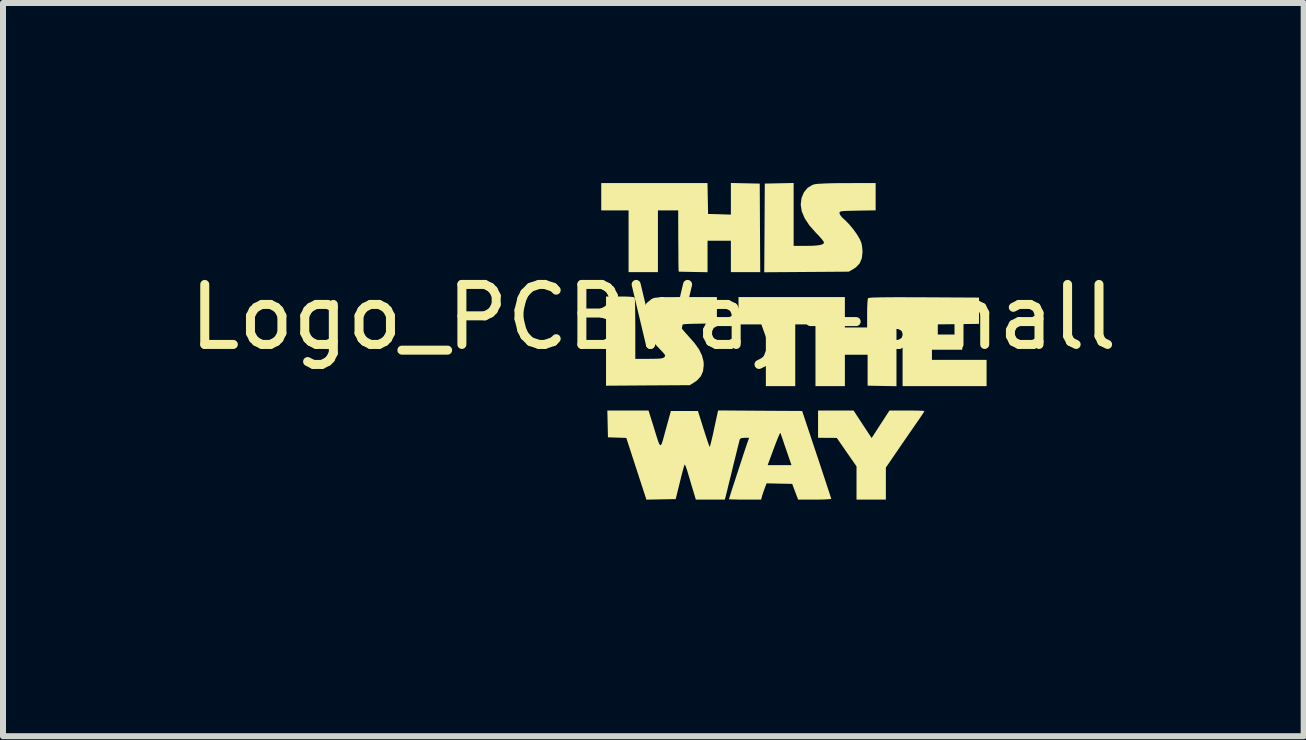
<source format=kicad_pcb>
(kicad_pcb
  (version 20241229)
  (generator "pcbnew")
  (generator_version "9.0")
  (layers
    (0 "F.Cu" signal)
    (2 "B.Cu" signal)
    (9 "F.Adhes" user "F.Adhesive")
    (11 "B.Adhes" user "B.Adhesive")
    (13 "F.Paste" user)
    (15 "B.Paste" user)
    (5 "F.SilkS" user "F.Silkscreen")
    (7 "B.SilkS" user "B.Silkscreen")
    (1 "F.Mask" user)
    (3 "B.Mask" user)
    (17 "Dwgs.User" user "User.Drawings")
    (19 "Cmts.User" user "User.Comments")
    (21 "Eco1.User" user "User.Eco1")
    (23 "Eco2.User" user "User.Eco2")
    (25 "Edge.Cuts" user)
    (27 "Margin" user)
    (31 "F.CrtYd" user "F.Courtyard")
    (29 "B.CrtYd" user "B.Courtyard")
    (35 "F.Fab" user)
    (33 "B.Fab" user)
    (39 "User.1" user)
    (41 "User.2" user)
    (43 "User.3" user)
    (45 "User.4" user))
  (footprint "Logo_PCBWay-small"
    (layer "F.Cu")
    (at 7.839 2.736)
    (property "Reference" "Logo_PCBWay-small" (at 0 -0.5 0) (unlocked yes) (layer "F.SilkS") (effects (font (size 1 1) (thickness 0.15))))
    (attr smd)
    (fp_poly (pts (xy -4.567 0.957) (xy -4.472 0.958) (xy -4.39 0.958) (xy -4.318 0.959) (xy -4.256 0.96) (xy -4.204 0.962) (xy -4.159 0.964) (xy -4.121 0.967) (xy -4.088 0.97) (xy -4.06 0.974) (xy -4.036 0.979) (xy -4.014 0.985) (xy -3.996 0.991) (xy -3.929 1.02) (xy -3.869 1.06) (xy -3.816 1.11) (xy -3.771 1.169) (xy -3.735 1.235) (xy -3.713 1.298) (xy -3.707 1.321) (xy -3.703 1.343) (xy -3.701 1.369) (xy -3.699 1.399) (xy -3.699 1.439) (xy -3.699 1.46) (xy -3.699 1.503) (xy -3.7 1.536) (xy -3.701 1.561) (xy -3.704 1.583) (xy -3.709 1.603) (xy -3.715 1.624) (xy -3.743 1.695) (xy -3.782 1.76) (xy -3.829 1.818) (xy -3.885 1.867) (xy -3.947 1.905) (xy -3.947 1.906) (xy -3.977 1.919) (xy -4.005 1.931) (xy -4.036 1.94) (xy -4.068 1.948) (xy -4.105 1.955) (xy -4.148 1.96) (xy -4.198 1.964) (xy -4.257 1.967) (xy -4.326 1.97) (xy -4.407 1.972) (xy -4.412 1.972) (xy -4.607 1.976) (xy -4.607 2.278) (xy -4.607 2.581) (xy -4.774 2.581) (xy -4.941 2.581) (xy -4.939 1.769) (xy -4.938 1.234) (xy -4.607 1.234) (xy -4.607 1.465) (xy -4.607 1.696) (xy -4.442 1.692) (xy -4.394 1.69) (xy -4.348 1.688) (xy -4.305 1.686) (xy -4.27 1.684) (xy -4.244 1.682) (xy -4.234 1.68) (xy -4.177 1.665) (xy -4.129 1.641) (xy -4.09 1.608) (xy -4.06 1.565) (xy -4.055 1.554) (xy -4.046 1.532) (xy -4.04 1.51) (xy -4.038 1.484) (xy -4.038 1.46) (xy -4.038 1.43) (xy -4.041 1.407) (xy -4.046 1.387) (xy -4.056 1.366) (xy -4.085 1.322) (xy -4.124 1.286) (xy -4.164 1.263) (xy -4.188 1.254) (xy -4.218 1.247) (xy -4.256 1.242) (xy -4.302 1.238) (xy -4.359 1.235) (xy -4.427 1.234) (xy -4.469 1.234) (xy -4.607 1.234) (xy -4.938 1.234) (xy -4.937 0.957)) (stroke (width 0) (type solid)) (fill yes) (layer "F.Mask"))
    (fp_poly (pts (xy -2.72 0.977) (xy -2.62 0.994) (xy -2.523 1.023) (xy -2.456 1.051) (xy -2.412 1.073) (xy -2.364 1.102) (xy -2.317 1.134) (xy -2.271 1.168) (xy -2.231 1.202) (xy -2.199 1.233) (xy -2.185 1.25) (xy -2.166 1.274) (xy -2.235 1.339) (xy -2.263 1.366) (xy -2.291 1.392) (xy -2.315 1.414) (xy -2.333 1.431) (xy -2.335 1.433) (xy -2.367 1.461) (xy -2.415 1.419) (xy -2.456 1.385) (xy -2.492 1.358) (xy -2.527 1.336) (xy -2.566 1.315) (xy -2.582 1.307) (xy -2.64 1.282) (xy -2.695 1.265) (xy -2.751 1.256) (xy -2.815 1.252) (xy -2.827 1.252) (xy -2.885 1.253) (xy -2.934 1.259) (xy -2.979 1.269) (xy -3.024 1.285) (xy -3.067 1.305) (xy -3.098 1.321) (xy -3.123 1.336) (xy -3.146 1.354) (xy -3.172 1.378) (xy -3.191 1.397) (xy -3.235 1.445) (xy -3.27 1.492) (xy -3.296 1.54) (xy -3.318 1.594) (xy -3.319 1.597) (xy -3.326 1.619) (xy -3.331 1.639) (xy -3.334 1.659) (xy -3.336 1.683) (xy -3.337 1.714) (xy -3.337 1.754) (xy -3.336 1.807) (xy -3.333 1.85) (xy -3.328 1.887) (xy -3.319 1.921) (xy -3.306 1.957) (xy -3.288 1.997) (xy -3.286 2.001) (xy -3.271 2.029) (xy -3.255 2.053) (xy -3.236 2.078) (xy -3.21 2.106) (xy -3.198 2.118) (xy -3.148 2.162) (xy -3.097 2.197) (xy -3.04 2.225) (xy -2.975 2.247) (xy -2.971 2.248) (xy -2.931 2.257) (xy -2.882 2.262) (xy -2.83 2.264) (xy -2.777 2.263) (xy -2.729 2.259) (xy -2.69 2.252) (xy -2.688 2.251) (xy -2.608 2.224) (xy -2.533 2.185) (xy -2.46 2.134) (xy -2.413 2.094) (xy -2.369 2.054) (xy -2.285 2.139) (xy -2.257 2.168) (xy -2.232 2.194) (xy -2.21 2.217) (xy -2.195 2.234) (xy -2.188 2.242) (xy -2.174 2.26) (xy -2.225 2.305) (xy -2.305 2.372) (xy -2.384 2.427) (xy -2.465 2.47) (xy -2.547 2.503) (xy -2.635 2.525) (xy -2.728 2.539) (xy -2.8 2.543) (xy -2.835 2.544) (xy -2.869 2.544) (xy -2.897 2.544) (xy -2.914 2.543) (xy -3.021 2.527) (xy -3.12 2.499) (xy -3.213 2.46) (xy -3.3 2.41) (xy -3.379 2.348) (xy -3.408 2.32) (xy -3.473 2.248) (xy -3.526 2.17) (xy -3.568 2.085) (xy -3.6 1.993) (xy -3.621 1.893) (xy -3.628 1.832) (xy -3.632 1.726) (xy -3.623 1.625) (xy -3.602 1.528) (xy -3.569 1.436) (xy -3.525 1.35) (xy -3.47 1.271) (xy -3.405 1.199) (xy -3.329 1.135) (xy -3.243 1.079) (xy -3.207 1.06) (xy -3.122 1.022) (xy -3.038 0.996) (xy -2.952 0.979) (xy -2.859 0.971) (xy -2.824 0.971)) (stroke (width 0) (type solid)) (fill yes) (layer "F.Mask"))
    (fp_poly (pts (xy -1.756 0.934) (xy -1.655 0.934) (xy -1.567 0.934) (xy -1.49 0.935) (xy -1.424 0.937) (xy -1.366 0.939) (xy -1.315 0.942) (xy -1.272 0.946) (xy -1.234 0.951) (xy -1.201 0.957) (xy -1.171 0.964) (xy -1.143 0.972) (xy -1.117 0.982) (xy -1.091 0.993) (xy -1.082 0.997) (xy -1.022 1.032) (xy -0.973 1.073) (xy -0.935 1.122) (xy -0.907 1.178) (xy -0.891 1.242) (xy -0.885 1.314) (xy -0.885 1.32) (xy -0.891 1.394) (xy -0.908 1.462) (xy -0.936 1.523) (xy -0.975 1.577) (xy -1.024 1.623) (xy -1.064 1.65) (xy -1.084 1.662) (xy -1.099 1.672) (xy -1.106 1.677) (xy -1.106 1.677) (xy -1.099 1.68) (xy -1.083 1.686) (xy -1.06 1.694) (xy -1.051 1.697) (xy -0.992 1.72) (xy -0.942 1.748) (xy -0.897 1.783) (xy -0.891 1.788) (xy -0.866 1.813) (xy -0.846 1.837) (xy -0.831 1.862) (xy -0.819 1.891) (xy -0.811 1.925) (xy -0.805 1.967) (xy -0.802 2.017) (xy -0.8 2.078) (xy -0.8 2.104) (xy -0.8 2.152) (xy -0.8 2.189) (xy -0.801 2.216) (xy -0.802 2.237) (xy -0.805 2.253) (xy -0.808 2.266) (xy -0.812 2.278) (xy -0.842 2.336) (xy -0.883 2.391) (xy -0.934 2.441) (xy -0.993 2.485) (xy -1.06 2.521) (xy -1.106 2.541) (xy -1.129 2.549) (xy -1.149 2.556) (xy -1.169 2.562) (xy -1.19 2.567) (xy -1.212 2.571) (xy -1.237 2.574) (xy -1.267 2.577) (xy -1.301 2.579) (xy -1.342 2.581) (xy -1.39 2.582) (xy -1.447 2.583) (xy -1.514 2.584) (xy -1.592 2.585) (xy -1.682 2.585) (xy -1.682 2.585) (xy -2.094 2.588) (xy -2.094 1.873) (xy -1.681 1.873) (xy -1.681 2.077) (xy -1.681 2.281) (xy -1.552 2.28) (xy -1.489 2.28) (xy -1.438 2.278) (xy -1.399 2.274) (xy -1.38 2.271) (xy -1.324 2.254) (xy -1.279 2.23) (xy -1.245 2.199) (xy -1.221 2.159) (xy -1.21 2.13) (xy -1.203 2.088) (xy -1.203 2.047) (xy -1.212 1.999) (xy -1.229 1.961) (xy -1.256 1.929) (xy -1.294 1.904) (xy -1.31 1.896) (xy -1.351 1.877) (xy -1.516 1.875) (xy -1.681 1.873) (xy -2.094 1.873) (xy -2.094 1.761) (xy -2.094 1.239) (xy -1.681 1.239) (xy -1.681 1.413) (xy -1.681 1.587) (xy -1.592 1.587) (xy -1.555 1.586) (xy -1.517 1.585) (xy -1.485 1.583) (xy -1.461 1.58) (xy -1.409 1.567) (xy -1.368 1.545) (xy -1.338 1.516) (xy -1.318 1.478) (xy -1.309 1.432) (xy -1.309 1.394) (xy -1.316 1.353) (xy -1.329 1.317) (xy -1.347 1.29) (xy -1.352 1.286) (xy -1.365 1.276) (xy -1.385 1.265) (xy -1.398 1.259) (xy -1.411 1.254) (xy -1.424 1.25) (xy -1.441 1.247) (xy -1.462 1.245) (xy -1.491 1.243) (xy -1.529 1.242) (xy -1.556 1.242) (xy -1.681 1.239) (xy -2.094 1.239) (xy -2.094 0.934)) (stroke (width 0) (type solid)) (fill yes) (layer "F.Mask"))
    (fp_poly (pts (xy 0.602 2.694) (xy 0.854 2.697) (xy 1.106 2.702) (xy 1.355 2.709) (xy 1.599 2.719) (xy 1.829 2.731) (xy 1.907 2.736) (xy 1.991 2.741) (xy 2.081 2.748) (xy 2.175 2.755) (xy 2.272 2.762) (xy 2.37 2.77) (xy 2.469 2.778) (xy 2.568 2.786) (xy 2.665 2.795) (xy 2.758 2.803) (xy 2.847 2.811) (xy 2.931 2.819) (xy 3.008 2.827) (xy 3.077 2.834) (xy 3.137 2.841) (xy 3.186 2.847) (xy 3.224 2.852) (xy 3.236 2.854) (xy 3.255 2.856) (xy 3.285 2.86) (xy 3.322 2.864) (xy 3.364 2.869) (xy 3.408 2.874) (xy 3.413 2.874) (xy 3.458 2.879) (xy 3.504 2.883) (xy 3.545 2.888) (xy 3.58 2.891) (xy 3.605 2.894) (xy 3.606 2.894) (xy 3.629 2.897) (xy 3.662 2.901) (xy 3.703 2.906) (xy 3.75 2.912) (xy 3.799 2.918) (xy 3.829 2.922) (xy 3.875 2.927) (xy 3.916 2.932) (xy 3.95 2.937) (xy 3.977 2.94) (xy 3.993 2.943) (xy 3.998 2.944) (xy 3.994 2.948) (xy 3.981 2.957) (xy 3.968 2.966) (xy 3.936 2.986) (xy 3.743 2.97) (xy 3.682 2.965) (xy 3.616 2.96) (xy 3.549 2.954) (xy 3.484 2.949) (xy 3.426 2.944) (xy 3.393 2.941) (xy 3.34 2.936) (xy 3.284 2.931) (xy 3.229 2.926) (xy 3.178 2.922) (xy 3.136 2.918) (xy 3.129 2.918) (xy 2.977 2.904) (xy 2.838 2.892) (xy 2.71 2.881) (xy 2.592 2.87) (xy 2.483 2.861) (xy 2.383 2.853) (xy 2.29 2.846) (xy 2.204 2.839) (xy 2.123 2.833) (xy 2.047 2.828) (xy 1.973 2.824) (xy 1.903 2.82) (xy 1.834 2.816) (xy 1.765 2.813) (xy 1.696 2.81) (xy 1.626 2.807) (xy 1.553 2.805) (xy 1.477 2.803) (xy 1.396 2.801) (xy 1.371 2.8) (xy 1.27 2.798) (xy 1.178 2.796) (xy 1.089 2.796) (xy 1.002 2.796) (xy 0.911 2.796) (xy 0.814 2.798) (xy 0.735 2.8) (xy 0.361 2.811) (xy -0.008 2.826) (xy -0.376 2.846) (xy -0.742 2.87) (xy -1.108 2.899) (xy -1.475 2.933) (xy -1.845 2.972) (xy -2.218 3.016) (xy -2.597 3.065) (xy -2.982 3.119) (xy -3.374 3.179) (xy -3.775 3.244) (xy -4.186 3.315) (xy -4.421 3.358) (xy -4.48 3.369) (xy -4.545 3.38) (xy -4.612 3.393) (xy -4.681 3.406) (xy -4.749 3.419) (xy -4.816 3.431) (xy -4.88 3.443) (xy -4.938 3.454) (xy -4.99 3.464) (xy -5.035 3.473) (xy -5.069 3.479) (xy -5.092 3.484) (xy -5.096 3.485) (xy -5.11 3.485) (xy -5.114 3.482) (xy -5.113 3.473) (xy -5.109 3.454) (xy -5.104 3.428) (xy -5.098 3.397) (xy -5.091 3.363) (xy -5.084 3.33) (xy -5.077 3.299) (xy -5.071 3.274) (xy -5.067 3.257) (xy -5.065 3.25) (xy -5.058 3.248) (xy -5.04 3.244) (xy -5.011 3.239) (xy -4.973 3.232) (xy -4.928 3.223) (xy -4.876 3.214) (xy -4.82 3.203) (xy -4.761 3.193) (xy -4.7 3.182) (xy -4.638 3.171) (xy -4.578 3.16) (xy -4.52 3.15) (xy -4.466 3.14) (xy -4.417 3.132) (xy -4.394 3.128) (xy -3.939 3.055) (xy -3.474 2.987) (xy -3.001 2.926) (xy -2.523 2.871) (xy -2.041 2.822) (xy -1.559 2.78) (xy -1.077 2.745) (xy -0.598 2.718) (xy -0.594 2.717) (xy -0.372 2.708) (xy -0.139 2.701) (xy 0.103 2.696) (xy 0.35 2.694)) (stroke (width 0) (type solid)) (fill yes) (layer "F.Mask"))
    (fp_poly (pts (xy 3.488 1.286) (xy 3.639 1.515) (xy 3.787 1.286) (xy 3.936 1.057) (xy 4.227 1.056) (xy 4.322 1.057) (xy 4.403 1.058) (xy 4.467 1.06) (xy 4.507 1.063) (xy 4.518 1.066) (xy 4.509 1.084) (xy 4.484 1.122) (xy 4.449 1.175) (xy 4.428 1.205) (xy 4.35 1.317) (xy 4.255 1.455) (xy 4.14 1.622) (xy 4.007 1.816) (xy 3.991 1.84) (xy 3.876 2.007) (xy 3.876 2.274) (xy 3.876 2.541) (xy 3.632 2.541) (xy 3.387 2.541) (xy 3.387 2.264) (xy 3.387 1.987) (xy 3.222 1.75) (xy 3.058 1.513) (xy 2.902 1.512) (xy 2.746 1.511) (xy 2.746 1.284) (xy 2.746 1.056) (xy 3.042 1.056) (xy 3.338 1.056)) (stroke (width 0) (type solid)) (fill yes) (layer "F.SilkS"))
    (fp_poly (pts (xy 1.533 -2.731) (xy 1.774 -2.726) (xy 1.778 -1.988) (xy 1.782 -1.25) (xy 1.537 -1.25) (xy 1.293 -1.25) (xy 1.293 -1.511) (xy 1.293 -1.773) (xy 1.098 -1.773) (xy 0.904 -1.773) (xy 0.904 -1.511) (xy 0.904 -1.249) (xy 0.664 -1.253) (xy 0.423 -1.258) (xy 0.421 -1.309) (xy 0.42 -1.339) (xy 0.419 -1.397) (xy 0.418 -1.48) (xy 0.418 -1.581) (xy 0.417 -1.696) (xy 0.416 -1.819) (xy 0.415 -2.279) (xy 0.246 -2.279) (xy 0.077 -2.279) (xy 0.077 -1.764) (xy 0.077 -1.25) (xy -0.167 -1.25) (xy -0.412 -1.25) (xy -0.412 -1.764) (xy -0.412 -2.279) (xy -0.64 -2.279) (xy -0.868 -2.279) (xy -0.868 -2.507) (xy -0.868 -2.735) (xy 0.018 -2.735) (xy 0.903 -2.735) (xy 0.908 -2.477) (xy 0.913 -2.22) (xy 1.103 -2.215) (xy 1.293 -2.209) (xy 1.293 -2.473) (xy 1.293 -2.736)) (stroke (width 0) (type solid)) (fill yes) (layer "F.SilkS"))
    (fp_poly (pts (xy 2.339 -2.212) (xy 2.339 -1.688) (xy 2.549 -1.688) (xy 2.664 -1.69) (xy 2.748 -1.697) (xy 2.804 -1.708) (xy 2.836 -1.724) (xy 2.845 -1.746) (xy 2.834 -1.767) (xy 2.803 -1.806) (xy 2.758 -1.857) (xy 2.713 -1.903) (xy 2.603 -2.027) (xy 2.523 -2.148) (xy 2.474 -2.264) (xy 2.457 -2.375) (xy 2.457 -2.378) (xy 2.471 -2.487) (xy 2.51 -2.58) (xy 2.571 -2.654) (xy 2.65 -2.703) (xy 2.693 -2.716) (xy 2.731 -2.721) (xy 2.797 -2.725) (xy 2.886 -2.729) (xy 2.994 -2.732) (xy 3.115 -2.734) (xy 3.238 -2.734) (xy 3.706 -2.735) (xy 3.706 -2.507) (xy 3.706 -2.28) (xy 3.406 -2.275) (xy 3.299 -2.273) (xy 3.221 -2.271) (xy 3.167 -2.268) (xy 3.133 -2.264) (xy 3.114 -2.257) (xy 3.105 -2.248) (xy 3.102 -2.237) (xy 3.111 -2.207) (xy 3.145 -2.164) (xy 3.198 -2.115) (xy 3.265 -2.047) (xy 3.333 -1.965) (xy 3.395 -1.879) (xy 3.443 -1.797) (xy 3.467 -1.741) (xy 3.478 -1.691) (xy 3.485 -1.625) (xy 3.487 -1.584) (xy 3.475 -1.48) (xy 3.44 -1.397) (xy 3.378 -1.331) (xy 3.339 -1.305) (xy 3.259 -1.258) (xy 2.554 -1.253) (xy 1.849 -1.248) (xy 1.854 -1.987) (xy 1.858 -2.726) (xy 2.098 -2.731) (xy 2.339 -2.736)) (stroke (width 0) (type solid)) (fill yes) (layer "F.SilkS"))
    (fp_poly (pts (xy 3.193 -0.582) (xy 3.193 -0.328) (xy 3.378 -0.328) (xy 3.564 -0.328) (xy 3.564 -0.561) (xy 3.565 -0.647) (xy 3.568 -0.722) (xy 3.572 -0.779) (xy 3.576 -0.81) (xy 3.578 -0.814) (xy 3.588 -0.819) (xy 3.611 -0.823) (xy 3.652 -0.826) (xy 3.711 -0.828) (xy 3.791 -0.83) (xy 3.895 -0.831) (xy 4.024 -0.832) (xy 4.18 -0.832) (xy 4.367 -0.831) (xy 4.51 -0.831) (xy 5.429 -0.826) (xy 5.429 -0.607) (xy 5.429 -0.388) (xy 5.036 -0.383) (xy 4.644 -0.378) (xy 4.644 -0.294) (xy 4.644 -0.21) (xy 4.897 -0.21) (xy 5.15 -0.21) (xy 5.15 -0.084) (xy 5.15 0.043) (xy 4.897 0.043) (xy 4.644 0.043) (xy 4.644 0.127) (xy 4.644 0.212) (xy 5.1 0.212) (xy 5.555 0.212) (xy 5.555 0.431) (xy 5.555 0.65) (xy 4.855 0.65) (xy 4.155 0.65) (xy 4.155 0.136) (xy 4.155 -0.379) (xy 4.104 -0.379) (xy 4.053 -0.379) (xy 4.053 0.136) (xy 4.053 0.651) (xy 3.813 0.647) (xy 3.572 0.642) (xy 3.572 0.385) (xy 3.572 0.127) (xy 3.382 0.127) (xy 3.193 0.127) (xy 3.193 0.389) (xy 3.193 0.65) (xy 2.948 0.65) (xy 2.703 0.65) (xy 2.703 0.136) (xy 2.703 -0.379) (xy 2.534 -0.379) (xy 2.366 -0.379) (xy 2.366 0.136) (xy 2.366 0.65) (xy 2.121 0.65) (xy 1.876 0.65) (xy 1.876 0.136) (xy 1.876 -0.379) (xy 1.648 -0.379) (xy 1.42 -0.379) (xy 1.42 -0.607) (xy 1.42 -0.835) (xy 2.306 -0.835) (xy 3.193 -0.835)) (stroke (width 0) (type solid)) (fill yes) (layer "F.SilkS"))
    (fp_poly (pts (xy -0.456 -0.843) (xy -0.388 -0.84) (xy -0.344 -0.836) (xy -0.32 -0.829) (xy -0.31 -0.819) (xy -0.307 -0.796) (xy -0.305 -0.745) (xy -0.303 -0.668) (xy -0.302 -0.571) (xy -0.301 -0.458) (xy -0.3 -0.333) (xy -0.3 -0.3) (xy -0.3 0.195) (xy -0.072 0.195) (xy 0.023 0.194) (xy 0.091 0.192) (xy 0.136 0.187) (xy 0.164 0.18) (xy 0.182 0.168) (xy 0.184 0.166) (xy 0.196 0.152) (xy 0.196 0.136) (xy 0.183 0.114) (xy 0.153 0.079) (xy 0.103 0.027) (xy 0.091 0.014) (xy -0.005 -0.087) (xy -0.076 -0.176) (xy -0.129 -0.258) (xy -0.166 -0.34) (xy -0.193 -0.45) (xy -0.191 -0.557) (xy -0.162 -0.655) (xy -0.108 -0.738) (xy -0.029 -0.802) (xy -0.022 -0.806) (xy -0.004 -0.814) (xy 0.02 -0.821) (xy 0.054 -0.826) (xy 0.1 -0.829) (xy 0.164 -0.832) (xy 0.249 -0.834) (xy 0.359 -0.834) (xy 0.497 -0.835) (xy 0.545 -0.835) (xy 1.06 -0.835) (xy 1.06 -0.615) (xy 1.06 -0.396) (xy 0.76 -0.391) (xy 0.649 -0.389) (xy 0.568 -0.386) (xy 0.512 -0.382) (xy 0.476 -0.377) (xy 0.457 -0.37) (xy 0.45 -0.362) (xy 0.457 -0.338) (xy 0.489 -0.293) (xy 0.543 -0.23) (xy 0.584 -0.185) (xy 0.688 -0.067) (xy 0.764 0.04) (xy 0.812 0.141) (xy 0.837 0.238) (xy 0.841 0.296) (xy 0.829 0.401) (xy 0.792 0.486) (xy 0.728 0.555) (xy 0.689 0.583) (xy 0.607 0.634) (xy -0.09 0.638) (xy -0.788 0.643) (xy -0.788 -0.1) (xy -0.788 -0.843) (xy -0.553 -0.843)) (stroke (width 0) (type solid)) (fill yes) (layer "F.SilkS"))
    (fp_poly (pts (xy 1.781 1.06) (xy 2.481 1.064) (xy 2.723 1.79) (xy 2.773 1.939) (xy 2.819 2.079) (xy 2.861 2.206) (xy 2.897 2.316) (xy 2.927 2.406) (xy 2.949 2.474) (xy 2.962 2.516) (xy 2.965 2.528) (xy 2.949 2.532) (xy 2.905 2.536) (xy 2.838 2.539) (xy 2.755 2.541) (xy 2.689 2.541) (xy 2.414 2.541) (xy 2.364 2.41) (xy 2.315 2.279) (xy 2.101 2.275) (xy 1.888 2.27) (xy 1.853 2.363) (xy 1.832 2.422) (xy 1.815 2.474) (xy 1.808 2.498) (xy 1.797 2.541) (xy 1.529 2.541) (xy 1.438 2.541) (xy 1.36 2.539) (xy 1.301 2.538) (xy 1.267 2.536) (xy 1.261 2.534) (xy 1.266 2.517) (xy 1.28 2.472) (xy 1.301 2.405) (xy 1.328 2.321) (xy 1.36 2.224) (xy 1.394 2.119) (xy 1.429 2.012) (xy 1.444 1.967) (xy 1.906 1.967) (xy 2.104 1.967) (xy 2.303 1.967) (xy 2.215 1.71) (xy 2.184 1.621) (xy 2.158 1.542) (xy 2.136 1.48) (xy 2.123 1.44) (xy 2.119 1.429) (xy 2.111 1.437) (xy 2.094 1.472) (xy 2.07 1.529) (xy 2.04 1.605) (xy 2.009 1.687) (xy 1.906 1.967) (xy 1.444 1.967) (xy 1.464 1.906) (xy 1.496 1.807) (xy 1.525 1.719) (xy 1.549 1.649) (xy 1.565 1.599) (xy 1.571 1.583) (xy 1.597 1.511) (xy 1.522 1.511) (xy 1.472 1.515) (xy 1.446 1.529) (xy 1.44 1.541) (xy 1.434 1.565) (xy 1.421 1.617) (xy 1.402 1.692) (xy 1.379 1.786) (xy 1.352 1.894) (xy 1.328 1.992) (xy 1.3 2.11) (xy 1.272 2.221) (xy 1.248 2.318) (xy 1.229 2.398) (xy 1.215 2.453) (xy 1.209 2.478) (xy 1.192 2.541) (xy 0.95 2.541) (xy 0.709 2.541) (xy 0.657 2.368) (xy 0.63 2.279) (xy 0.603 2.186) (xy 0.578 2.103) (xy 0.569 2.071) (xy 0.55 2.014) (xy 0.534 1.973) (xy 0.524 1.957) (xy 0.522 1.957) (xy 0.515 1.976) (xy 0.501 2.022) (xy 0.483 2.09) (xy 0.461 2.175) (xy 0.443 2.25) (xy 0.373 2.533) (xy 0.129 2.537) (xy -0.115 2.542) (xy -0.283 2.027) (xy -0.45 1.513) (xy -0.603 1.508) (xy -0.756 1.503) (xy -0.761 1.279) (xy -0.766 1.056) (xy -0.423 1.056) (xy -0.08 1.056) (xy 0.001 1.313) (xy 0.039 1.438) (xy 0.069 1.532) (xy 0.091 1.596) (xy 0.109 1.63) (xy 0.124 1.634) (xy 0.14 1.611) (xy 0.157 1.559) (xy 0.179 1.48) (xy 0.207 1.375) (xy 0.208 1.373) (xy 0.293 1.064) (xy 0.518 1.064) (xy 0.744 1.064) (xy 0.838 1.364) (xy 0.868 1.458) (xy 0.895 1.54) (xy 0.917 1.605) (xy 0.933 1.648) (xy 0.94 1.663) (xy 0.94 1.663) (xy 0.946 1.648) (xy 0.958 1.604) (xy 0.974 1.538) (xy 0.994 1.454) (xy 1.014 1.359) (xy 1.08 1.055)) (stroke (width 0) (type solid)) (fill yes) (layer "F.SilkS")))
  (gr_rect
    (start -3 -3)
    (end 18.679 9.221)
    (stroke (width 0.1) (type default))
    (fill no)
    (layer "Edge.Cuts")))
</source>
